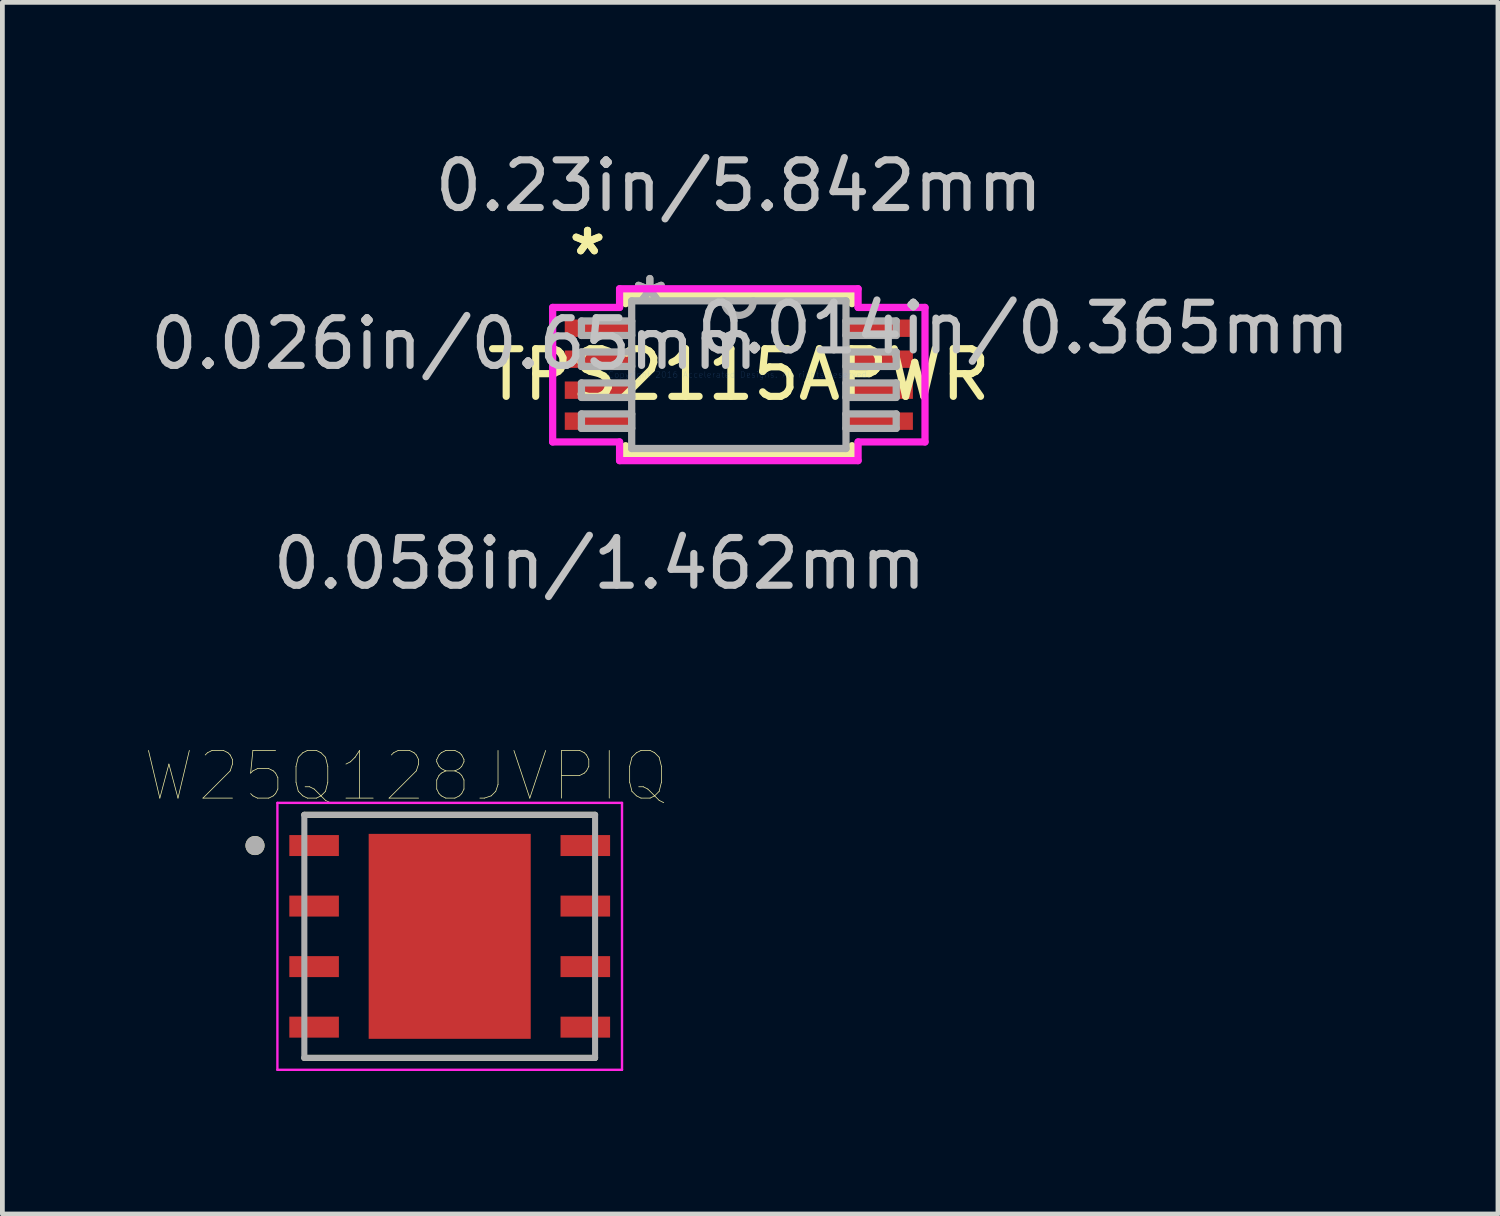
<source format=kicad_pcb>
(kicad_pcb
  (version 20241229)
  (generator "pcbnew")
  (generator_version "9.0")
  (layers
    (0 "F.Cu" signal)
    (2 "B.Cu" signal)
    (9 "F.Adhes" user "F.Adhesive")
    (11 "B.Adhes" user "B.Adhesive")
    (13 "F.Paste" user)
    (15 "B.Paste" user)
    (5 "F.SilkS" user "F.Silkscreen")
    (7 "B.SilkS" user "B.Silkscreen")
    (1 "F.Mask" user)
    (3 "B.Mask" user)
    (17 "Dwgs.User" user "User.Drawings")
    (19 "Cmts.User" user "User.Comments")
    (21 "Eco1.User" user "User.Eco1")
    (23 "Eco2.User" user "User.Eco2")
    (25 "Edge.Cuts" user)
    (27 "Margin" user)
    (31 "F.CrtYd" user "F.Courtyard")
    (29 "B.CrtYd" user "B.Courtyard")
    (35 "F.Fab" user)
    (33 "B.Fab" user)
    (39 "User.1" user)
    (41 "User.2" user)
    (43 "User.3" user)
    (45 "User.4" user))
  (footprint "W25Q128JVPIQ"
    (layer "F.Cu")
    (at 6.385 16.595)
    (property "Reference" "W25Q128JVPIQ" (at -0.915 -3.362 0) (layer "F.SilkS") (effects (font (size 1 1) (thickness 0.015))))
    (attr through_hole)
    (fp_line (start -3.05 -2.55) (end 3.05 -2.55) (stroke (width 0.127) (type solid)) (layer "F.SilkS"))
    (fp_line (start -3.05 2.55) (end 3.05 2.55) (stroke (width 0.127) (type solid)) (layer "F.SilkS"))
    (fp_circle (center -4.085 -1.905) (end -3.985 -1.905) (stroke (width 0.2) (type solid)) (fill no) (layer "F.SilkS"))
    (fp_poly (pts (xy -1.08 -1.36) (xy 1.08 -1.36) (xy 1.08 1.36) (xy -1.08 1.36)) (stroke (width 0.01) (type solid)) (fill yes) (layer "F.Paste"))
    (fp_line (start -3.615 -2.8) (end -3.615 2.8) (stroke (width 0.05) (type solid)) (layer "F.CrtYd"))
    (fp_line (start -3.615 -2.8) (end 3.615 -2.8) (stroke (width 0.05) (type solid)) (layer "F.CrtYd"))
    (fp_line (start -3.615 2.8) (end 3.615 2.8) (stroke (width 0.05) (type solid)) (layer "F.CrtYd"))
    (fp_line (start 3.615 -2.8) (end 3.615 2.8) (stroke (width 0.05) (type solid)) (layer "F.CrtYd"))
    (fp_line (start -3.05 -2.55) (end -3.05 2.55) (stroke (width 0.127) (type solid)) (layer "F.Fab"))
    (fp_line (start -3.05 -2.55) (end 3.05 -2.55) (stroke (width 0.127) (type solid)) (layer "F.Fab"))
    (fp_line (start -3.05 2.55) (end 3.05 2.55) (stroke (width 0.127) (type solid)) (layer "F.Fab"))
    (fp_line (start 3.05 -2.55) (end 3.05 2.55) (stroke (width 0.127) (type solid)) (layer "F.Fab"))
    (fp_circle (center -4.085 -1.905) (end -3.985 -1.905) (stroke (width 0.2) (type solid)) (fill no) (layer "F.Fab"))
    (pad "1" smd rect (at -2.845 -1.905) (size 1.04 0.44) (layers "F.Cu" "F.Mask" "F.Paste"))
    (pad "2" smd rect (at -2.845 -0.635) (size 1.04 0.44) (layers "F.Cu" "F.Mask" "F.Paste"))
    (pad "3" smd rect (at -2.845 0.635) (size 1.04 0.44) (layers "F.Cu" "F.Mask" "F.Paste"))
    (pad "4" smd rect (at -2.845 1.905) (size 1.04 0.44) (layers "F.Cu" "F.Mask" "F.Paste"))
    (pad "5" smd rect (at 2.845 1.905) (size 1.04 0.44) (layers "F.Cu" "F.Mask" "F.Paste"))
    (pad "6" smd rect (at 2.845 0.635) (size 1.04 0.44) (layers "F.Cu" "F.Mask" "F.Paste"))
    (pad "7" smd rect (at 2.845 -0.635) (size 1.04 0.44) (layers "F.Cu" "F.Mask" "F.Paste"))
    (pad "8" smd rect (at 2.845 -1.905) (size 1.04 0.44) (layers "F.Cu" "F.Mask" "F.Paste"))
    (pad "9" smd rect (at 0 0) (size 3.4 4.3) (layers "F.Cu" "F.Mask")))
  (footprint "TPS2115APWR"
    (layer "F.Cu")
    (at 12.451 4.811)
    (property "Reference" "TPS2115APWR" (at 0 0 0) (layer "F.SilkS") (effects (font (size 1 1) (thickness 0.15))))
    (attr through_hole)
    (fp_line (start -2.375 -1.676) (end -2.375 -1.49) (stroke (width 0.152) (type solid)) (layer "F.SilkS"))
    (fp_line (start -2.375 1.49) (end -2.375 1.676) (stroke (width 0.152) (type solid)) (layer "F.SilkS"))
    (fp_line (start -2.375 1.676) (end 2.375 1.676) (stroke (width 0.152) (type solid)) (layer "F.SilkS"))
    (fp_line (start 2.375 -1.676) (end -2.375 -1.676) (stroke (width 0.152) (type solid)) (layer "F.SilkS"))
    (fp_line (start 2.375 -1.49) (end 2.375 -1.676) (stroke (width 0.152) (type solid)) (layer "F.SilkS"))
    (fp_line (start 2.375 1.676) (end 2.375 1.49) (stroke (width 0.152) (type solid)) (layer "F.SilkS"))
    (fp_line (start -3.906 -1.411) (end -2.502 -1.411) (stroke (width 0.152) (type solid)) (layer "F.CrtYd"))
    (fp_line (start -3.906 1.411) (end -3.906 -1.411) (stroke (width 0.152) (type solid)) (layer "F.CrtYd"))
    (fp_line (start -2.502 -1.803) (end 2.502 -1.803) (stroke (width 0.152) (type solid)) (layer "F.CrtYd"))
    (fp_line (start -2.502 -1.411) (end -2.502 -1.803) (stroke (width 0.152) (type solid)) (layer "F.CrtYd"))
    (fp_line (start -2.502 1.411) (end -3.906 1.411) (stroke (width 0.152) (type solid)) (layer "F.CrtYd"))
    (fp_line (start -2.502 1.803) (end -2.502 1.411) (stroke (width 0.152) (type solid)) (layer "F.CrtYd"))
    (fp_line (start 2.502 -1.803) (end 2.502 -1.411) (stroke (width 0.152) (type solid)) (layer "F.CrtYd"))
    (fp_line (start 2.502 -1.411) (end 3.906 -1.411) (stroke (width 0.152) (type solid)) (layer "F.CrtYd"))
    (fp_line (start 2.502 1.411) (end 2.502 1.803) (stroke (width 0.152) (type solid)) (layer "F.CrtYd"))
    (fp_line (start 2.502 1.803) (end -2.502 1.803) (stroke (width 0.152) (type solid)) (layer "F.CrtYd"))
    (fp_line (start 3.906 -1.411) (end 3.906 1.411) (stroke (width 0.152) (type solid)) (layer "F.CrtYd"))
    (fp_line (start 3.906 1.411) (end 2.502 1.411) (stroke (width 0.152) (type solid)) (layer "F.CrtYd"))
    (fp_line (start -3.302 -1.127) (end -3.302 -0.823) (stroke (width 0.152) (type solid)) (layer "F.Fab"))
    (fp_line (start -3.302 -0.823) (end -2.248 -0.823) (stroke (width 0.152) (type solid)) (layer "F.Fab"))
    (fp_line (start -3.302 -0.477) (end -3.302 -0.173) (stroke (width 0.152) (type solid)) (layer "F.Fab"))
    (fp_line (start -3.302 -0.173) (end -2.248 -0.173) (stroke (width 0.152) (type solid)) (layer "F.Fab"))
    (fp_line (start -3.302 0.173) (end -3.302 0.477) (stroke (width 0.152) (type solid)) (layer "F.Fab"))
    (fp_line (start -3.302 0.477) (end -2.248 0.477) (stroke (width 0.152) (type solid)) (layer "F.Fab"))
    (fp_line (start -3.302 0.823) (end -3.302 1.127) (stroke (width 0.152) (type solid)) (layer "F.Fab"))
    (fp_line (start -3.302 1.127) (end -2.248 1.127) (stroke (width 0.152) (type solid)) (layer "F.Fab"))
    (fp_line (start -2.248 -1.549) (end -2.248 1.549) (stroke (width 0.152) (type solid)) (layer "F.Fab"))
    (fp_line (start -2.248 -1.127) (end -3.302 -1.127) (stroke (width 0.152) (type solid)) (layer "F.Fab"))
    (fp_line (start -2.248 -0.823) (end -2.248 -1.127) (stroke (width 0.152) (type solid)) (layer "F.Fab"))
    (fp_line (start -2.248 -0.477) (end -3.302 -0.477) (stroke (width 0.152) (type solid)) (layer "F.Fab"))
    (fp_line (start -2.248 -0.173) (end -2.248 -0.477) (stroke (width 0.152) (type solid)) (layer "F.Fab"))
    (fp_line (start -2.248 0.173) (end -3.302 0.173) (stroke (width 0.152) (type solid)) (layer "F.Fab"))
    (fp_line (start -2.248 0.477) (end -2.248 0.173) (stroke (width 0.152) (type solid)) (layer "F.Fab"))
    (fp_line (start -2.248 0.823) (end -3.302 0.823) (stroke (width 0.152) (type solid)) (layer "F.Fab"))
    (fp_line (start -2.248 1.127) (end -2.248 0.823) (stroke (width 0.152) (type solid)) (layer "F.Fab"))
    (fp_line (start -2.248 1.549) (end 2.248 1.549) (stroke (width 0.152) (type solid)) (layer "F.Fab"))
    (fp_line (start 2.248 -1.549) (end -2.248 -1.549) (stroke (width 0.152) (type solid)) (layer "F.Fab"))
    (fp_line (start 2.248 -1.127) (end 2.248 -0.823) (stroke (width 0.152) (type solid)) (layer "F.Fab"))
    (fp_line (start 2.248 -0.823) (end 3.302 -0.823) (stroke (width 0.152) (type solid)) (layer "F.Fab"))
    (fp_line (start 2.248 -0.477) (end 2.248 -0.173) (stroke (width 0.152) (type solid)) (layer "F.Fab"))
    (fp_line (start 2.248 -0.173) (end 3.302 -0.173) (stroke (width 0.152) (type solid)) (layer "F.Fab"))
    (fp_line (start 2.248 0.173) (end 2.248 0.477) (stroke (width 0.152) (type solid)) (layer "F.Fab"))
    (fp_line (start 2.248 0.477) (end 3.302 0.477) (stroke (width 0.152) (type solid)) (layer "F.Fab"))
    (fp_line (start 2.248 0.823) (end 2.248 1.127) (stroke (width 0.152) (type solid)) (layer "F.Fab"))
    (fp_line (start 2.248 1.127) (end 3.302 1.127) (stroke (width 0.152) (type solid)) (layer "F.Fab"))
    (fp_line (start 2.248 1.549) (end 2.248 -1.549) (stroke (width 0.152) (type solid)) (layer "F.Fab"))
    (fp_line (start 3.302 -1.127) (end 2.248 -1.127) (stroke (width 0.152) (type solid)) (layer "F.Fab"))
    (fp_line (start 3.302 -0.823) (end 3.302 -1.127) (stroke (width 0.152) (type solid)) (layer "F.Fab"))
    (fp_line (start 3.302 -0.477) (end 2.248 -0.477) (stroke (width 0.152) (type solid)) (layer "F.Fab"))
    (fp_line (start 3.302 -0.173) (end 3.302 -0.477) (stroke (width 0.152) (type solid)) (layer "F.Fab"))
    (fp_line (start 3.302 0.173) (end 2.248 0.173) (stroke (width 0.152) (type solid)) (layer "F.Fab"))
    (fp_line (start 3.302 0.477) (end 3.302 0.173) (stroke (width 0.152) (type solid)) (layer "F.Fab"))
    (fp_line (start 3.302 0.823) (end 2.248 0.823) (stroke (width 0.152) (type solid)) (layer "F.Fab"))
    (fp_line (start 3.302 1.127) (end 3.302 0.823) (stroke (width 0.152) (type solid)) (layer "F.Fab"))
    (fp_arc (start 0.3048 -1.5494) (mid 0 -1.2446) (end -0.3048 -1.5494) (stroke (width 0.1524) (type solid)) (layer "F.Fab"))
    (fp_text user "*" (at -3.175 -2.483 0) (layer "F.SilkS") (effects (font (size 1 1) (thickness 0.15))))
    (fp_text user "*" (at -3.175 -2.483 0) (layer "F.SilkS") (effects (font (size 1 1) (thickness 0.15))))
    (fp_text user "0.026in/0.65mm" (at -5.969 -0.65 0) (layer "Dwgs.User") (effects (font (size 1 1) (thickness 0.15))))
    (fp_text user "0.058in/1.462mm" (at -2.921 3.962 0) (layer "Dwgs.User") (effects (font (size 1 1) (thickness 0.15))))
    (fp_text user "0.23in/5.842mm" (at 0 -3.962 0) (layer "Dwgs.User") (effects (font (size 1 1) (thickness 0.15))))
    (fp_text user "0.014in/0.365mm" (at 5.969 -0.975 0) (layer "Dwgs.User") (effects (font (size 1 1) (thickness 0.15))))
    (fp_text user "Copyright 2016 Accelerated Designs. All rights reserved." (at 0 0 0) (layer "Cmts.User") (effects (font (size 0.127 0.127) (thickness 0.002))))
    (fp_text user "*" (at -1.867 -1.473 0) (layer "F.Fab") (effects (font (size 1 1) (thickness 0.15))))
    (fp_text user "*" (at -1.867 -1.473 0) (layer "F.Fab") (effects (font (size 1 1) (thickness 0.15))))
    (pad "1" smd rect (at -2.921 -0.975) (size 1.462 0.365) (layers "F.Cu" "F.Mask" "F.Paste"))
    (pad "2" smd rect (at -2.921 -0.325) (size 1.462 0.365) (layers "F.Cu" "F.Mask" "F.Paste"))
    (pad "3" smd rect (at -2.921 0.325) (size 1.462 0.365) (layers "F.Cu" "F.Mask" "F.Paste"))
    (pad "4" smd rect (at -2.921 0.975) (size 1.462 0.365) (layers "F.Cu" "F.Mask" "F.Paste"))
    (pad "5" smd rect (at 2.921 0.975) (size 1.462 0.365) (layers "F.Cu" "F.Mask" "F.Paste"))
    (pad "6" smd rect (at 2.921 0.325) (size 1.462 0.365) (layers "F.Cu" "F.Mask" "F.Paste"))
    (pad "7" smd rect (at 2.921 -0.325) (size 1.462 0.365) (layers "F.Cu" "F.Mask" "F.Paste"))
    (pad "8" smd rect (at 2.921 -0.975) (size 1.462 0.365) (layers "F.Cu" "F.Mask" "F.Paste")))
  (gr_rect
    (start -3 -3)
    (end 28.378 22.42)
    (stroke (width 0.1) (type default))
    (fill no)
    (layer "Edge.Cuts")))
</source>
